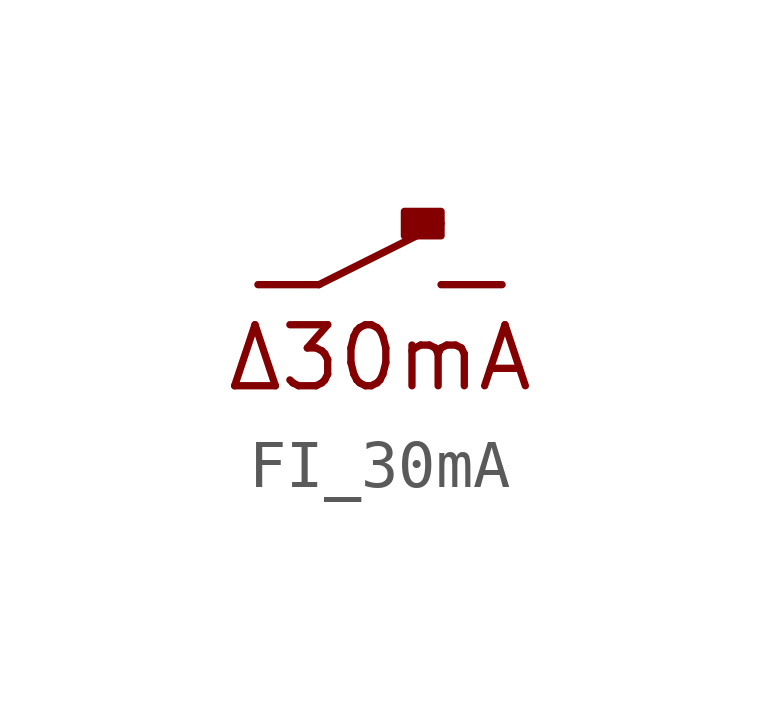
<source format=kicad_sym>
(kicad_symbol_lib
  (version 20211014)
  (generator kicad_symbol_editor)
  (symbol "FI_30mA"
    (pin_numbers hide)
    (pin_names
      (offset 0) hide)
    (property "Reference" "F"
      (at 5.08 1.27 0)
      (effects (font (size 1.27 1.27)) hide))
    (symbol "FI_30mA_0_0"
      (polyline (pts (xy 1.27 0) (xy 3.81 1.27)) (stroke (width 0) (type default) (color 0 0 0 0)) (fill (type none)))
      (rectangle (start 3.81 1.524) (end 3.048 1.016) (stroke (width 0) (type default) (color 0 0 0 0)) (fill (type outline)))
      (text "Δ30mA" (at 2.54 -1.524 0) (effects (font (size 1.27 1.27)))))
    (symbol "FI_30mA_1_1"
      (pin passive line (at 0 0 0) (length 1.27) (name "2" (effects (font (size 1.27 1.27)))) (number "2" (effects (font (size 1.27 1.27)))))
      (pin passive line (at 5.08 0 180) (length 1.27) (name "2" (effects (font (size 1.27 1.27)))) (number "2" (effects (font (size 1.27 1.27))))))))
</source>
